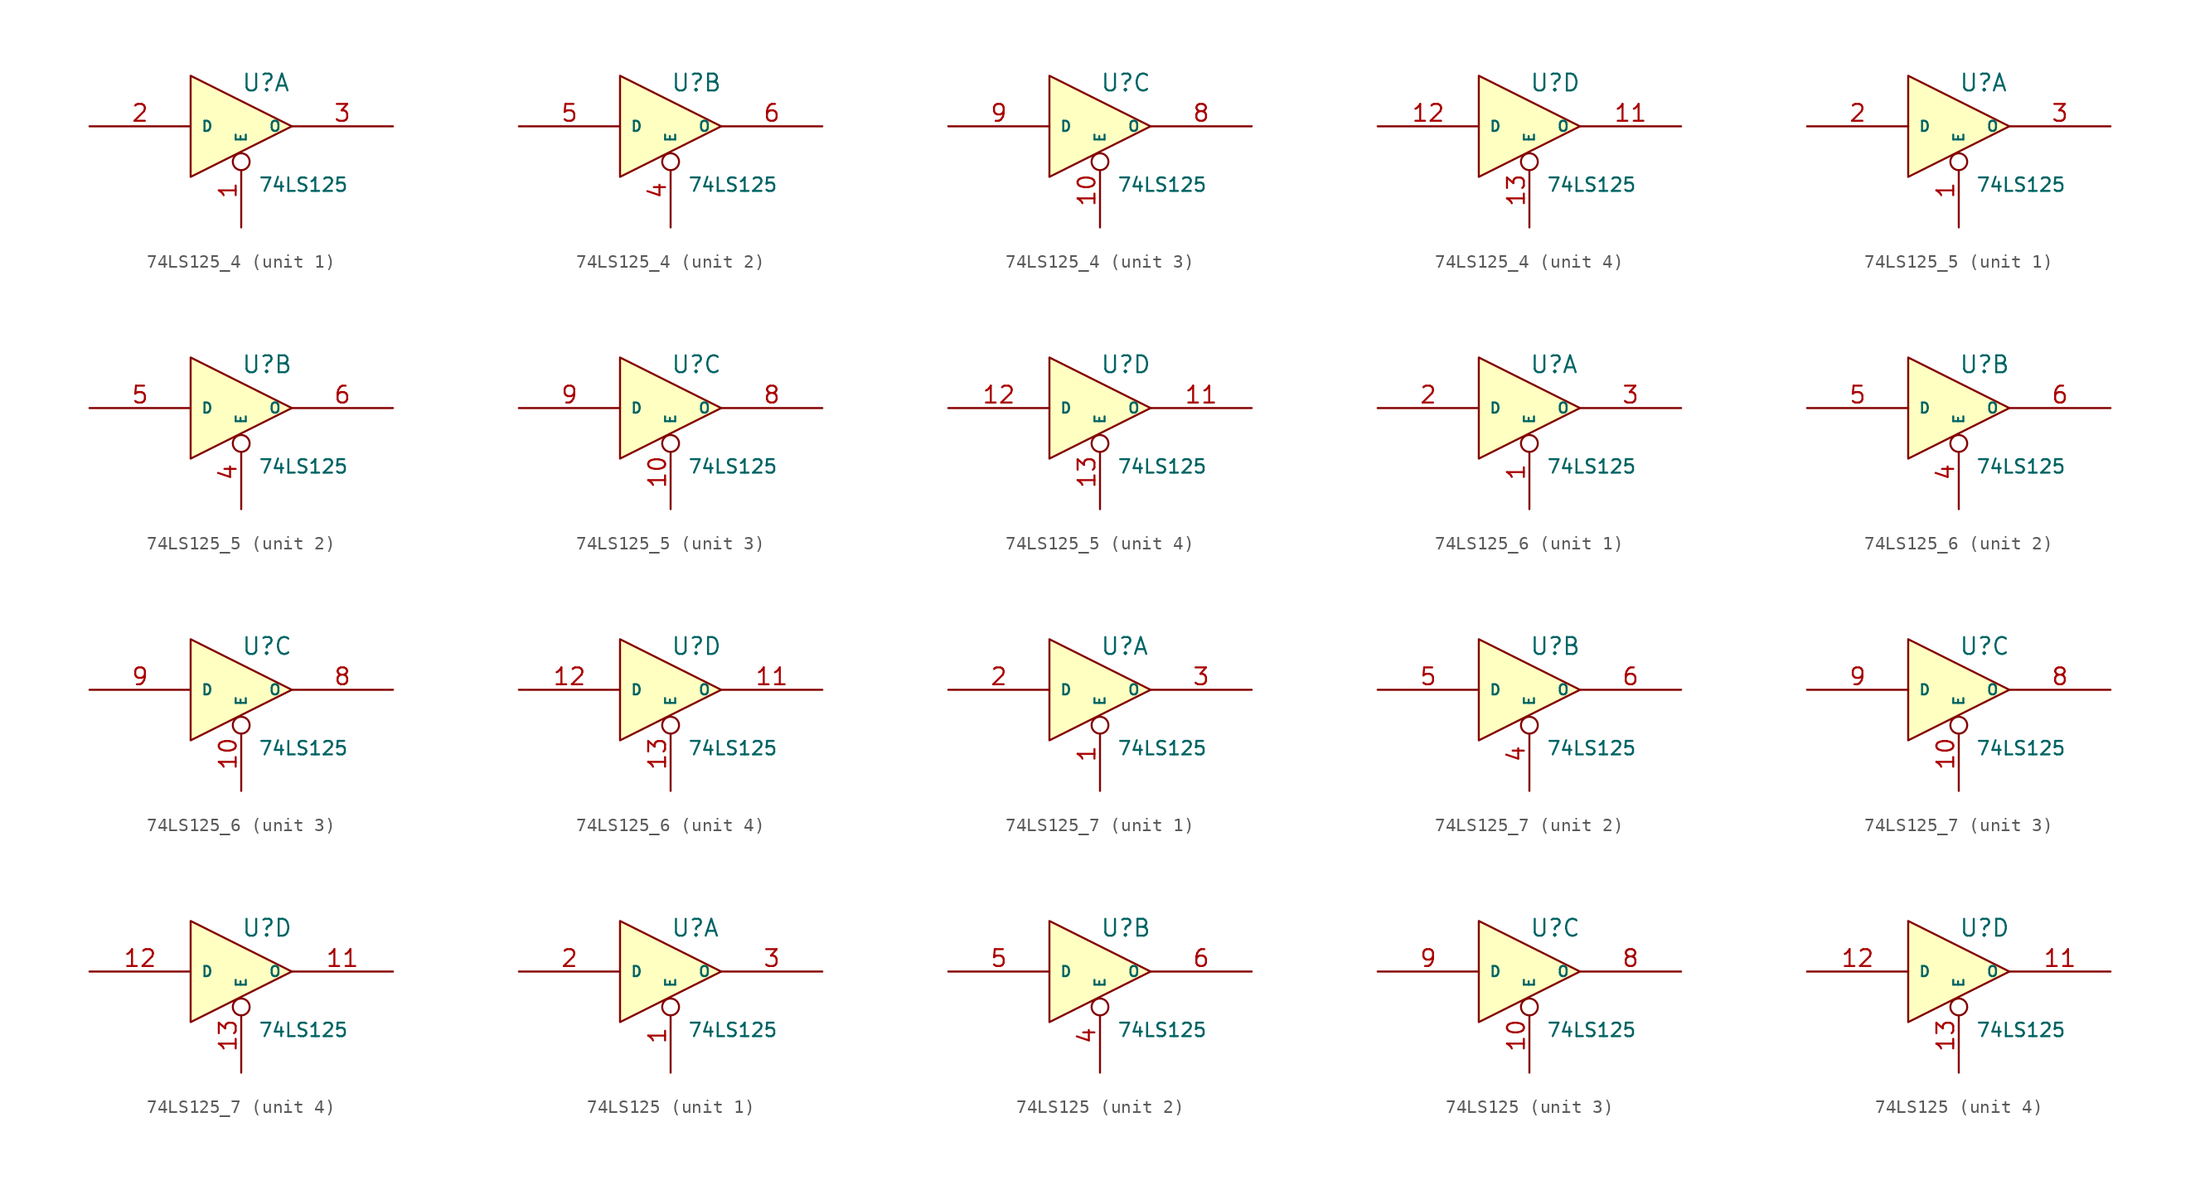
<source format=kicad_sym>
(kicad_symbol_lib
  (version 20241209)
  (generator "kicad_symbol_editor")
  (generator_version "9.0")
  (symbol "74LS125_4"
    (pin_names
      (offset 0.762))
    (property "Reference" "U"
      (at 0 2.54 0)
      (effects (font (size 1.27 1.27)) (justify left bottom)))
    (property "Value" "74LS125"
      (at 1.27 -3.81 0)
      (effects (font (size 1.016 1.016)) (justify left top)))
    (property "Footprint" ""
      (at 0 0 0)
      (effects (font (size 1.524 1.524))))
    (property "Datasheet" ""
      (at 0 0 0)
      (effects (font (size 1.524 1.524))))
    (symbol "74LS125_4_0_0"
      (pin power_in line (at -3.81 3.81 270) (length 0) (hide yes) (name "VCC" (effects (font (size 0.762 0.762)))) (number "14" (effects (font (size 1.27 1.27)))))
      (pin power_in line (at -3.81 -3.81 90) (length 0) (hide yes) (name "GND" (effects (font (size 0.762 0.762)))) (number "7" (effects (font (size 1.27 1.27))))))
    (symbol "74LS125_4_0_1"
      (polyline (pts (xy -3.81 3.81) (xy -3.81 -3.81) (xy 3.81 0) (xy -3.81 3.81)) (stroke (width 0) (type default)) (fill (type background))))
    (symbol "74LS125_4_1_0"
      (pin input inverted (at 0 -7.62 90) (length 5.588) (name "E" (effects (font (size 0.762 0.762)))) (number "1" (effects (font (size 1.27 1.27))))))
    (symbol "74LS125_4_1_1"
      (pin input line (at -11.43 0 0) (length 7.62) (name "D" (effects (font (size 0.762 0.762)))) (number "2" (effects (font (size 1.27 1.27)))))
      (pin tri_state line (at 11.43 0 180) (length 7.62) (name "O" (effects (font (size 0.762 0.762)))) (number "3" (effects (font (size 1.27 1.27))))))
    (symbol "74LS125_4_2_0"
      (pin input inverted (at 0 -7.62 90) (length 5.588) (name "E" (effects (font (size 0.762 0.762)))) (number "4" (effects (font (size 1.27 1.27))))))
    (symbol "74LS125_4_2_1"
      (pin input line (at -11.43 0 0) (length 7.62) (name "D" (effects (font (size 0.762 0.762)))) (number "5" (effects (font (size 1.27 1.27)))))
      (pin tri_state line (at 11.43 0 180) (length 7.62) (name "O" (effects (font (size 0.762 0.762)))) (number "6" (effects (font (size 1.27 1.27))))))
    (symbol "74LS125_4_3_0"
      (pin input inverted (at 0 -7.62 90) (length 5.588) (name "E" (effects (font (size 0.762 0.762)))) (number "10" (effects (font (size 1.27 1.27))))))
    (symbol "74LS125_4_3_1"
      (pin input line (at -11.43 0 0) (length 7.62) (name "D" (effects (font (size 0.762 0.762)))) (number "9" (effects (font (size 1.27 1.27)))))
      (pin tri_state line (at 11.43 0 180) (length 7.62) (name "O" (effects (font (size 0.762 0.762)))) (number "8" (effects (font (size 1.27 1.27))))))
    (symbol "74LS125_4_4_0"
      (pin input inverted (at 0 -7.62 90) (length 5.588) (name "E" (effects (font (size 0.762 0.762)))) (number "13" (effects (font (size 1.27 1.27))))))
    (symbol "74LS125_4_4_1"
      (pin input line (at -11.43 0 0) (length 7.62) (name "D" (effects (font (size 0.762 0.762)))) (number "12" (effects (font (size 1.27 1.27)))))
      (pin tri_state line (at 11.43 0 180) (length 7.62) (name "O" (effects (font (size 0.762 0.762)))) (number "11" (effects (font (size 1.27 1.27)))))))
  (symbol "74LS125_5"
    (pin_names
      (offset 0.762))
    (property "Reference" "U"
      (at 0 2.54 0)
      (effects (font (size 1.27 1.27)) (justify left bottom)))
    (property "Value" "74LS125"
      (at 1.27 -3.81 0)
      (effects (font (size 1.016 1.016)) (justify left top)))
    (property "Footprint" ""
      (at 0 0 0)
      (effects (font (size 1.524 1.524))))
    (property "Datasheet" ""
      (at 0 0 0)
      (effects (font (size 1.524 1.524))))
    (symbol "74LS125_5_0_0"
      (pin power_in line (at -3.81 3.81 270) (length 0) (hide yes) (name "VCC" (effects (font (size 0.762 0.762)))) (number "14" (effects (font (size 1.27 1.27)))))
      (pin power_in line (at -3.81 -3.81 90) (length 0) (hide yes) (name "GND" (effects (font (size 0.762 0.762)))) (number "7" (effects (font (size 1.27 1.27))))))
    (symbol "74LS125_5_0_1"
      (polyline (pts (xy -3.81 3.81) (xy -3.81 -3.81) (xy 3.81 0) (xy -3.81 3.81)) (stroke (width 0) (type default)) (fill (type background))))
    (symbol "74LS125_5_1_0"
      (pin input inverted (at 0 -7.62 90) (length 5.588) (name "E" (effects (font (size 0.762 0.762)))) (number "1" (effects (font (size 1.27 1.27))))))
    (symbol "74LS125_5_1_1"
      (pin input line (at -11.43 0 0) (length 7.62) (name "D" (effects (font (size 0.762 0.762)))) (number "2" (effects (font (size 1.27 1.27)))))
      (pin tri_state line (at 11.43 0 180) (length 7.62) (name "O" (effects (font (size 0.762 0.762)))) (number "3" (effects (font (size 1.27 1.27))))))
    (symbol "74LS125_5_2_0"
      (pin input inverted (at 0 -7.62 90) (length 5.588) (name "E" (effects (font (size 0.762 0.762)))) (number "4" (effects (font (size 1.27 1.27))))))
    (symbol "74LS125_5_2_1"
      (pin input line (at -11.43 0 0) (length 7.62) (name "D" (effects (font (size 0.762 0.762)))) (number "5" (effects (font (size 1.27 1.27)))))
      (pin tri_state line (at 11.43 0 180) (length 7.62) (name "O" (effects (font (size 0.762 0.762)))) (number "6" (effects (font (size 1.27 1.27))))))
    (symbol "74LS125_5_3_0"
      (pin input inverted (at 0 -7.62 90) (length 5.588) (name "E" (effects (font (size 0.762 0.762)))) (number "10" (effects (font (size 1.27 1.27))))))
    (symbol "74LS125_5_3_1"
      (pin input line (at -11.43 0 0) (length 7.62) (name "D" (effects (font (size 0.762 0.762)))) (number "9" (effects (font (size 1.27 1.27)))))
      (pin tri_state line (at 11.43 0 180) (length 7.62) (name "O" (effects (font (size 0.762 0.762)))) (number "8" (effects (font (size 1.27 1.27))))))
    (symbol "74LS125_5_4_0"
      (pin input inverted (at 0 -7.62 90) (length 5.588) (name "E" (effects (font (size 0.762 0.762)))) (number "13" (effects (font (size 1.27 1.27))))))
    (symbol "74LS125_5_4_1"
      (pin input line (at -11.43 0 0) (length 7.62) (name "D" (effects (font (size 0.762 0.762)))) (number "12" (effects (font (size 1.27 1.27)))))
      (pin tri_state line (at 11.43 0 180) (length 7.62) (name "O" (effects (font (size 0.762 0.762)))) (number "11" (effects (font (size 1.27 1.27)))))))
  (symbol "74LS125_6"
    (pin_names
      (offset 0.762))
    (property "Reference" "U"
      (at 0 2.54 0)
      (effects (font (size 1.27 1.27)) (justify left bottom)))
    (property "Value" "74LS125"
      (at 1.27 -3.81 0)
      (effects (font (size 1.016 1.016)) (justify left top)))
    (property "Footprint" ""
      (at 0 0 0)
      (effects (font (size 1.524 1.524))))
    (property "Datasheet" ""
      (at 0 0 0)
      (effects (font (size 1.524 1.524))))
    (symbol "74LS125_6_0_0"
      (pin power_in line (at -3.81 3.81 270) (length 0) (hide yes) (name "VCC" (effects (font (size 0.762 0.762)))) (number "14" (effects (font (size 1.27 1.27)))))
      (pin power_in line (at -3.81 -3.81 90) (length 0) (hide yes) (name "GND" (effects (font (size 0.762 0.762)))) (number "7" (effects (font (size 1.27 1.27))))))
    (symbol "74LS125_6_0_1"
      (polyline (pts (xy -3.81 3.81) (xy -3.81 -3.81) (xy 3.81 0) (xy -3.81 3.81)) (stroke (width 0) (type default)) (fill (type background))))
    (symbol "74LS125_6_1_0"
      (pin input inverted (at 0 -7.62 90) (length 5.588) (name "E" (effects (font (size 0.762 0.762)))) (number "1" (effects (font (size 1.27 1.27))))))
    (symbol "74LS125_6_1_1"
      (pin input line (at -11.43 0 0) (length 7.62) (name "D" (effects (font (size 0.762 0.762)))) (number "2" (effects (font (size 1.27 1.27)))))
      (pin tri_state line (at 11.43 0 180) (length 7.62) (name "O" (effects (font (size 0.762 0.762)))) (number "3" (effects (font (size 1.27 1.27))))))
    (symbol "74LS125_6_2_0"
      (pin input inverted (at 0 -7.62 90) (length 5.588) (name "E" (effects (font (size 0.762 0.762)))) (number "4" (effects (font (size 1.27 1.27))))))
    (symbol "74LS125_6_2_1"
      (pin input line (at -11.43 0 0) (length 7.62) (name "D" (effects (font (size 0.762 0.762)))) (number "5" (effects (font (size 1.27 1.27)))))
      (pin tri_state line (at 11.43 0 180) (length 7.62) (name "O" (effects (font (size 0.762 0.762)))) (number "6" (effects (font (size 1.27 1.27))))))
    (symbol "74LS125_6_3_0"
      (pin input inverted (at 0 -7.62 90) (length 5.588) (name "E" (effects (font (size 0.762 0.762)))) (number "10" (effects (font (size 1.27 1.27))))))
    (symbol "74LS125_6_3_1"
      (pin input line (at -11.43 0 0) (length 7.62) (name "D" (effects (font (size 0.762 0.762)))) (number "9" (effects (font (size 1.27 1.27)))))
      (pin tri_state line (at 11.43 0 180) (length 7.62) (name "O" (effects (font (size 0.762 0.762)))) (number "8" (effects (font (size 1.27 1.27))))))
    (symbol "74LS125_6_4_0"
      (pin input inverted (at 0 -7.62 90) (length 5.588) (name "E" (effects (font (size 0.762 0.762)))) (number "13" (effects (font (size 1.27 1.27))))))
    (symbol "74LS125_6_4_1"
      (pin input line (at -11.43 0 0) (length 7.62) (name "D" (effects (font (size 0.762 0.762)))) (number "12" (effects (font (size 1.27 1.27)))))
      (pin tri_state line (at 11.43 0 180) (length 7.62) (name "O" (effects (font (size 0.762 0.762)))) (number "11" (effects (font (size 1.27 1.27)))))))
  (symbol "74LS125_7"
    (pin_names
      (offset 0.762))
    (property "Reference" "U"
      (at 0 2.54 0)
      (effects (font (size 1.27 1.27)) (justify left bottom)))
    (property "Value" "74LS125"
      (at 1.27 -3.81 0)
      (effects (font (size 1.016 1.016)) (justify left top)))
    (property "Footprint" ""
      (at 0 0 0)
      (effects (font (size 1.524 1.524))))
    (property "Datasheet" ""
      (at 0 0 0)
      (effects (font (size 1.524 1.524))))
    (symbol "74LS125_7_0_0"
      (pin power_in line (at -3.81 3.81 270) (length 0) (hide yes) (name "VCC" (effects (font (size 0.762 0.762)))) (number "14" (effects (font (size 1.27 1.27)))))
      (pin power_in line (at -3.81 -3.81 90) (length 0) (hide yes) (name "GND" (effects (font (size 0.762 0.762)))) (number "7" (effects (font (size 1.27 1.27))))))
    (symbol "74LS125_7_0_1"
      (polyline (pts (xy -3.81 3.81) (xy -3.81 -3.81) (xy 3.81 0) (xy -3.81 3.81)) (stroke (width 0) (type default)) (fill (type background))))
    (symbol "74LS125_7_1_0"
      (pin input inverted (at 0 -7.62 90) (length 5.588) (name "E" (effects (font (size 0.762 0.762)))) (number "1" (effects (font (size 1.27 1.27))))))
    (symbol "74LS125_7_1_1"
      (pin input line (at -11.43 0 0) (length 7.62) (name "D" (effects (font (size 0.762 0.762)))) (number "2" (effects (font (size 1.27 1.27)))))
      (pin tri_state line (at 11.43 0 180) (length 7.62) (name "O" (effects (font (size 0.762 0.762)))) (number "3" (effects (font (size 1.27 1.27))))))
    (symbol "74LS125_7_2_0"
      (pin input inverted (at 0 -7.62 90) (length 5.588) (name "E" (effects (font (size 0.762 0.762)))) (number "4" (effects (font (size 1.27 1.27))))))
    (symbol "74LS125_7_2_1"
      (pin input line (at -11.43 0 0) (length 7.62) (name "D" (effects (font (size 0.762 0.762)))) (number "5" (effects (font (size 1.27 1.27)))))
      (pin tri_state line (at 11.43 0 180) (length 7.62) (name "O" (effects (font (size 0.762 0.762)))) (number "6" (effects (font (size 1.27 1.27))))))
    (symbol "74LS125_7_3_0"
      (pin input inverted (at 0 -7.62 90) (length 5.588) (name "E" (effects (font (size 0.762 0.762)))) (number "10" (effects (font (size 1.27 1.27))))))
    (symbol "74LS125_7_3_1"
      (pin input line (at -11.43 0 0) (length 7.62) (name "D" (effects (font (size 0.762 0.762)))) (number "9" (effects (font (size 1.27 1.27)))))
      (pin tri_state line (at 11.43 0 180) (length 7.62) (name "O" (effects (font (size 0.762 0.762)))) (number "8" (effects (font (size 1.27 1.27))))))
    (symbol "74LS125_7_4_0"
      (pin input inverted (at 0 -7.62 90) (length 5.588) (name "E" (effects (font (size 0.762 0.762)))) (number "13" (effects (font (size 1.27 1.27))))))
    (symbol "74LS125_7_4_1"
      (pin input line (at -11.43 0 0) (length 7.62) (name "D" (effects (font (size 0.762 0.762)))) (number "12" (effects (font (size 1.27 1.27)))))
      (pin tri_state line (at 11.43 0 180) (length 7.62) (name "O" (effects (font (size 0.762 0.762)))) (number "11" (effects (font (size 1.27 1.27)))))))
  (symbol "74LS125"
    (pin_names
      (offset 0.762))
    (property "Reference" "U"
      (at 0 2.54 0)
      (effects (font (size 1.27 1.27)) (justify left bottom)))
    (property "Value" "74LS125"
      (at 1.27 -3.81 0)
      (effects (font (size 1.016 1.016)) (justify left top)))
    (property "Footprint" ""
      (at 0 0 0)
      (effects (font (size 1.524 1.524))))
    (property "Datasheet" ""
      (at 0 0 0)
      (effects (font (size 1.524 1.524))))
    (symbol "74LS125_0_0"
      (pin power_in line (at -3.81 3.81 270) (length 0) (hide yes) (name "VCC" (effects (font (size 0.762 0.762)))) (number "14" (effects (font (size 1.27 1.27)))))
      (pin power_in line (at -3.81 -3.81 90) (length 0) (hide yes) (name "GND" (effects (font (size 0.762 0.762)))) (number "7" (effects (font (size 1.27 1.27))))))
    (symbol "74LS125_0_1"
      (polyline (pts (xy -3.81 3.81) (xy -3.81 -3.81) (xy 3.81 0) (xy -3.81 3.81)) (stroke (width 0) (type default)) (fill (type background))))
    (symbol "74LS125_1_0"
      (pin input inverted (at 0 -7.62 90) (length 5.588) (name "E" (effects (font (size 0.762 0.762)))) (number "1" (effects (font (size 1.27 1.27))))))
    (symbol "74LS125_1_1"
      (pin input line (at -11.43 0 0) (length 7.62) (name "D" (effects (font (size 0.762 0.762)))) (number "2" (effects (font (size 1.27 1.27)))))
      (pin tri_state line (at 11.43 0 180) (length 7.62) (name "O" (effects (font (size 0.762 0.762)))) (number "3" (effects (font (size 1.27 1.27))))))
    (symbol "74LS125_2_0"
      (pin input inverted (at 0 -7.62 90) (length 5.588) (name "E" (effects (font (size 0.762 0.762)))) (number "4" (effects (font (size 1.27 1.27))))))
    (symbol "74LS125_2_1"
      (pin input line (at -11.43 0 0) (length 7.62) (name "D" (effects (font (size 0.762 0.762)))) (number "5" (effects (font (size 1.27 1.27)))))
      (pin tri_state line (at 11.43 0 180) (length 7.62) (name "O" (effects (font (size 0.762 0.762)))) (number "6" (effects (font (size 1.27 1.27))))))
    (symbol "74LS125_3_0"
      (pin input inverted (at 0 -7.62 90) (length 5.588) (name "E" (effects (font (size 0.762 0.762)))) (number "10" (effects (font (size 1.27 1.27))))))
    (symbol "74LS125_3_1"
      (pin input line (at -11.43 0 0) (length 7.62) (name "D" (effects (font (size 0.762 0.762)))) (number "9" (effects (font (size 1.27 1.27)))))
      (pin tri_state line (at 11.43 0 180) (length 7.62) (name "O" (effects (font (size 0.762 0.762)))) (number "8" (effects (font (size 1.27 1.27))))))
    (symbol "74LS125_4_0"
      (pin input inverted (at 0 -7.62 90) (length 5.588) (name "E" (effects (font (size 0.762 0.762)))) (number "13" (effects (font (size 1.27 1.27))))))
    (symbol "74LS125_4_1"
      (pin input line (at -11.43 0 0) (length 7.62) (name "D" (effects (font (size 0.762 0.762)))) (number "12" (effects (font (size 1.27 1.27)))))
      (pin tri_state line (at 11.43 0 180) (length 7.62) (name "O" (effects (font (size 0.762 0.762)))) (number "11" (effects (font (size 1.27 1.27))))))))
</source>
